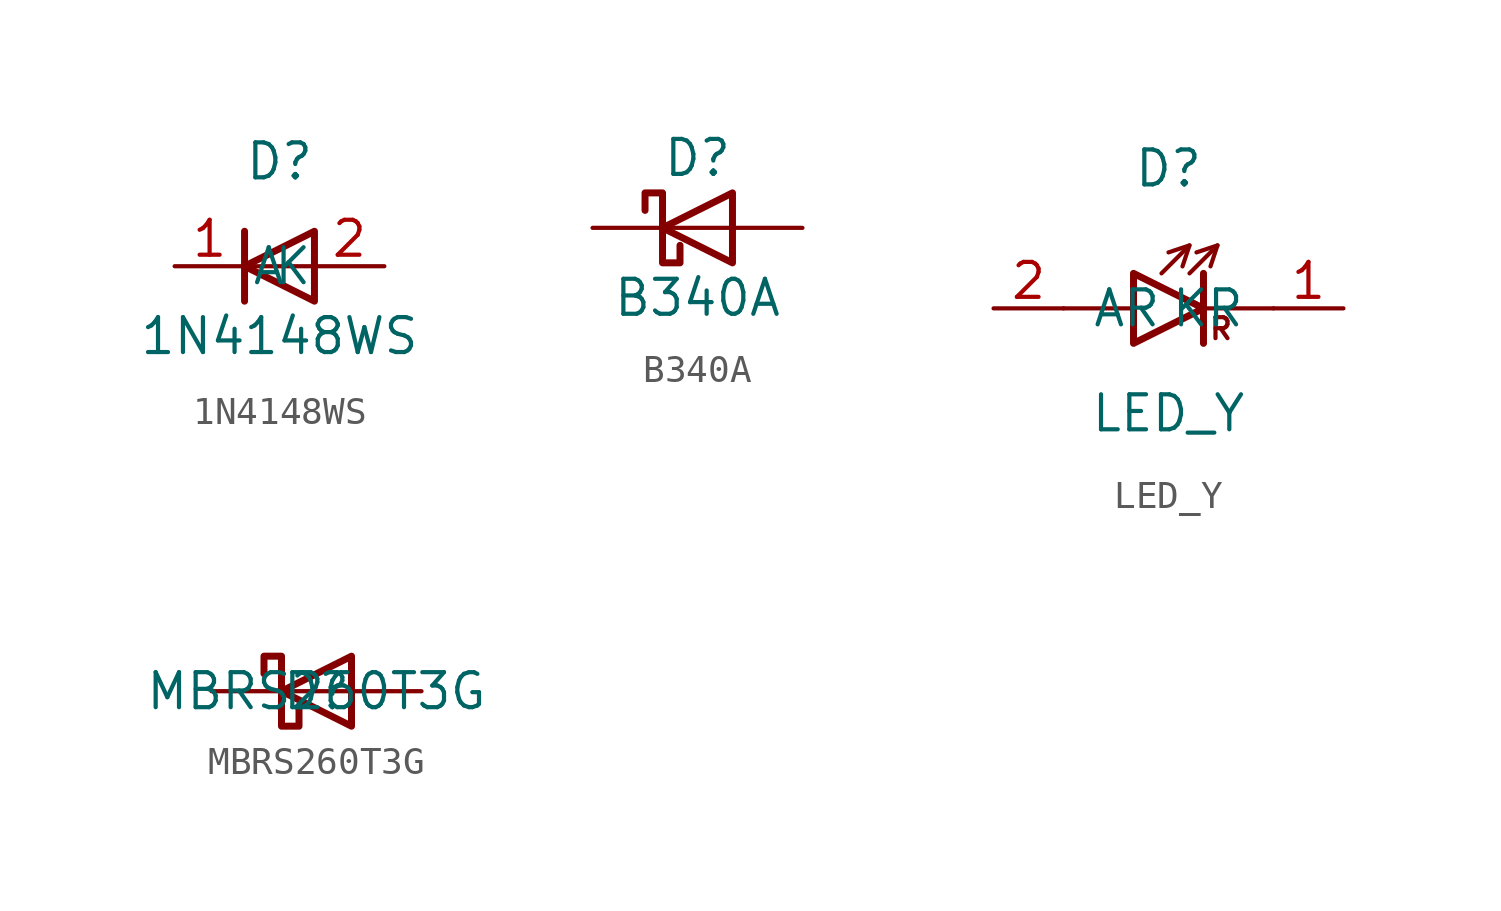
<source format=kicad_sym>
(kicad_symbol_lib
  (version 20211014)
  (generator kicad_symbol_editor)
  (symbol "1N4148WS"
    (pin_names
      (offset 1.016))
    (property "Reference" "D"
      (at 0 3.81 0)
      (effects (font (size 1.27 1.27))))
    (property "Value" "1N4148WS"
      (at 0 -2.54 0)
      (effects (font (size 1.27 1.27))))
    (symbol "1N4148WS_1_1"
      (polyline (pts (xy -1.27 1.27) (xy -1.27 -1.27)) (stroke (width 0.254) (type default) (color 0 0 0 0)) (fill (type none)))
      (polyline (pts (xy 1.27 0) (xy -1.27 0)) (stroke (width 0) (type default) (color 0 0 0 0)) (fill (type none)))
      (polyline (pts (xy 1.27 1.27) (xy 1.27 -1.27) (xy -1.27 0) (xy 1.27 1.27)) (stroke (width 0.254) (type default) (color 0 0 0 0)) (fill (type none)))
      (pin passive line (at -3.81 0 0) (length 2.54) (name "K" (effects (font (size 1.27 1.27)))) (number "1" (effects (font (size 1.27 1.27)))))
      (pin passive line (at 3.81 0 180) (length 2.54) (name "A" (effects (font (size 1.27 1.27)))) (number "2" (effects (font (size 1.27 1.27)))))))
  (symbol "B340A"
    (pin_numbers hide)
    (pin_names
      (offset 0) hide)
    (property "Reference" "D"
      (at 0 2.54 0)
      (effects (font (size 1.27 1.27))))
    (property "Value" "B340A"
      (at 0 -2.54 0)
      (effects (font (size 1.27 1.27))))
    (symbol "B340A_1_1"
      (polyline (pts (xy 1.27 0) (xy -1.27 0)) (stroke (width 0) (type default) (color 0 0 0 0)) (fill (type none)))
      (polyline (pts (xy 1.27 1.27) (xy 1.27 -1.27) (xy -1.27 0) (xy 1.27 1.27)) (stroke (width 0.254) (type default) (color 0 0 0 0)) (fill (type none)))
      (polyline (pts (xy -1.905 0.635) (xy -1.905 1.27) (xy -1.27 1.27) (xy -1.27 -1.27) (xy -0.635 -1.27) (xy -0.635 -0.635)) (stroke (width 0.254) (type default) (color 0 0 0 0)) (fill (type none)))
      (pin passive line (at -3.81 0 0) (length 2.54) (name "K" (effects (font (size 1.27 1.27)))) (number "1" (effects (font (size 1.27 1.27)))))
      (pin passive line (at 3.81 0 180) (length 2.54) (name "A" (effects (font (size 1.27 1.27)))) (number "2" (effects (font (size 1.27 1.27)))))))
  (symbol "LED_Y"
    (pin_names
      (offset 1.016))
    (property "Reference" "D"
      (at 0 5.08 0)
      (effects (font (size 1.27 1.27))))
    (property "Value" "LED_Y"
      (at 0 -3.81 0)
      (effects (font (size 1.27 1.27))))
    (symbol "LED_Y_1_1"
      (polyline (pts (xy -3.81 0) (xy -1.27 0)) (stroke (width 0) (type default) (color 0 0 0 0)) (fill (type none)))
      (polyline (pts (xy -0.254 1.27) (xy 0.762 2.286)) (stroke (width 0) (type default) (color 0 0 0 0)) (fill (type none)))
      (polyline (pts (xy 0.762 1.27) (xy 1.778 2.286)) (stroke (width 0) (type default) (color 0 0 0 0)) (fill (type none)))
      (polyline (pts (xy 1.27 0) (xy 3.81 0)) (stroke (width 0) (type default) (color 0 0 0 0)) (fill (type none)))
      (polyline (pts (xy 1.27 1.27) (xy 1.27 -1.27)) (stroke (width 0.254) (type default) (color 0 0 0 0)) (fill (type none)))
      (polyline (pts (xy 0 2.032) (xy 0.762 2.286) (xy 0.508 1.524)) (stroke (width 0) (type default) (color 0 0 0 0)) (fill (type none)))
      (polyline (pts (xy 1.016 2.032) (xy 1.778 2.286) (xy 1.524 1.524)) (stroke (width 0) (type default) (color 0 0 0 0)) (fill (type none)))
      (polyline (pts (xy -1.27 1.27) (xy -1.27 -1.27) (xy 1.27 0) (xy -1.27 1.27)) (stroke (width 0.254) (type default) (color 0 0 0 0)) (fill (type none)))
      (text "R" (at 1.905 -0.737 0) (effects (font (size 0.762 0.762))))
      (pin passive line (at 6.35 0 180) (length 2.54) (name "KR" (effects (font (size 1.27 1.27)))) (number "1" (effects (font (size 1.27 1.27)))))
      (pin passive line (at -6.35 0 0) (length 2.54) (name "AR" (effects (font (size 1.27 1.27)))) (number "2" (effects (font (size 1.27 1.27)))))))
  (symbol "MBRS260T3G"
    (pin_numbers hide)
    (pin_names
      (offset 0) hide)
    (property "Reference" "D"
      (at 0 0 0)
      (effects (font (size 1.27 1.27))))
    (property "Value" "MBRS260T3G"
      (at 0 0 0)
      (effects (font (size 1.27 1.27))))
    (symbol "MBRS260T3G_1_1"
      (polyline (pts (xy 1.27 0) (xy -1.27 0)) (stroke (width 0) (type default) (color 0 0 0 0)) (fill (type none)))
      (polyline (pts (xy 1.27 1.27) (xy 1.27 -1.27) (xy -1.27 0) (xy 1.27 1.27)) (stroke (width 0.254) (type default) (color 0 0 0 0)) (fill (type none)))
      (polyline (pts (xy -1.905 0.635) (xy -1.905 1.27) (xy -1.27 1.27) (xy -1.27 -1.27) (xy -0.635 -1.27) (xy -0.635 -0.635)) (stroke (width 0.254) (type default) (color 0 0 0 0)) (fill (type none)))
      (pin passive line (at -3.81 0 0) (length 2.54) (name "K" (effects (font (size 1.27 1.27)))) (number "1" (effects (font (size 1.27 1.27)))))
      (pin passive line (at 3.81 0 180) (length 2.54) (name "A" (effects (font (size 1.27 1.27)))) (number "2" (effects (font (size 1.27 1.27))))))))
</source>
